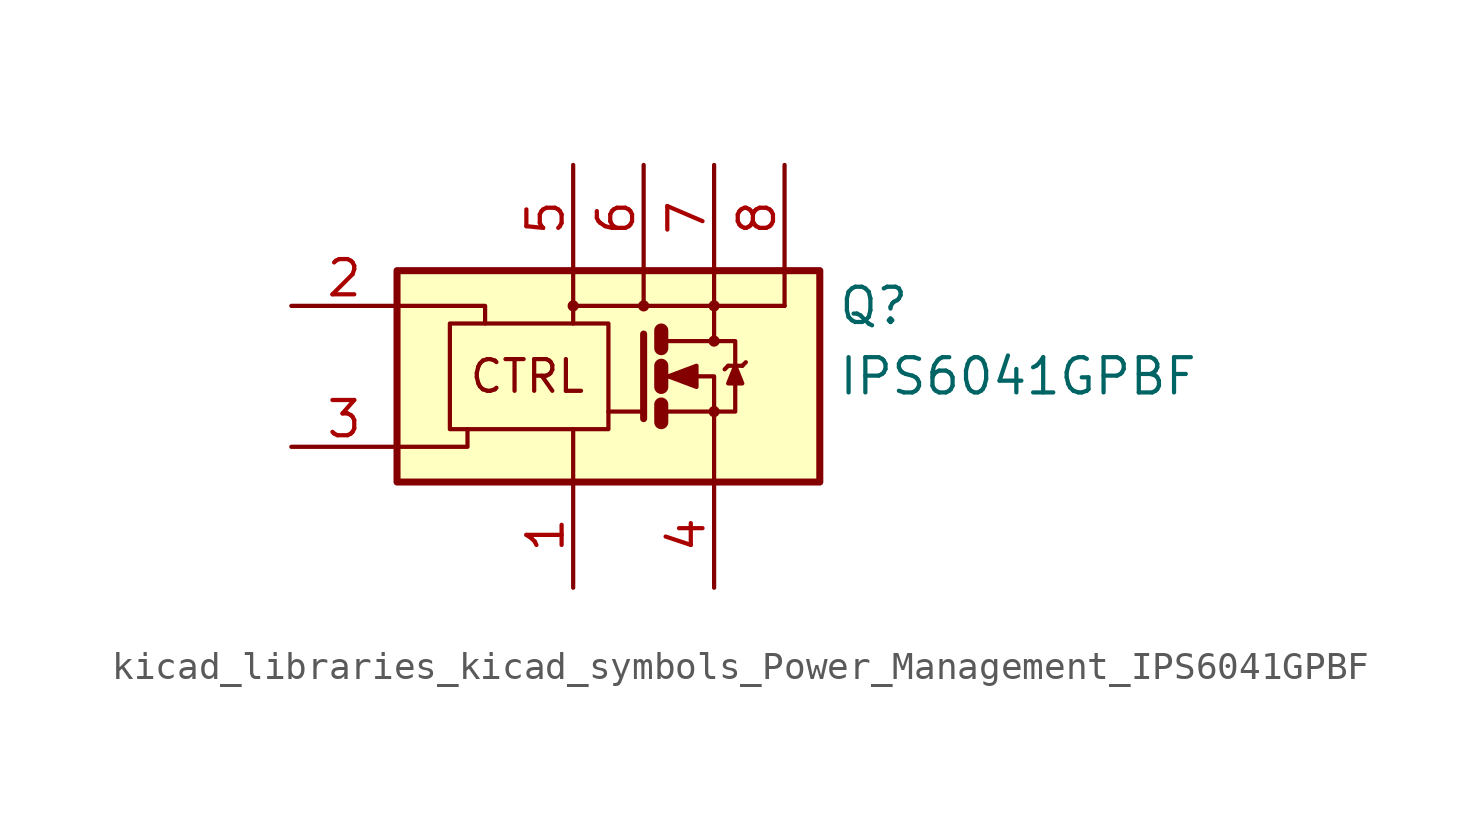
<source format=kicad_sym>
(kicad_symbol_lib
  (version 20220914)
  (generator kicad_symbol_editor)
  (symbol "kicad_libraries_kicad_symbols_Power_Management_IPS6041GPBF"
    (pin_names
      (offset 0) hide)
    (property "Reference" "Q"
      (at 9.525 2.54 0)
      (effects (font (size 1.27 1.27)) (justify left)))
    (property "Value" "IPS6041GPBF"
      (at 9.525 0 0)
      (effects (font (size 1.27 1.27)) (justify left)))
    (symbol "kicad_libraries_kicad_symbols_Power_Management_IPS6041GPBF_0_0"
      (rectangle (start -6.35 3.81) (end 8.89 -3.81) (stroke (width 0.254) (type default)) (fill (type background)))
      (polyline (pts (xy 0 -3.81) (xy 0 -1.905)) (stroke (width 0) (type default)) (fill (type none)))
      (polyline (pts (xy 0 2.54) (xy 0 3.81)) (stroke (width 0) (type default)) (fill (type none)))
      (polyline (pts (xy 2.54 2.54) (xy 2.54 3.81)) (stroke (width 0) (type default)) (fill (type none)))
      (polyline (pts (xy -6.35 -2.54) (xy -3.81 -2.54) (xy -3.81 -1.905)) (stroke (width 0) (type default)) (fill (type none)))
      (polyline (pts (xy -6.35 2.54) (xy -3.175 2.54) (xy -3.175 1.905)) (stroke (width 0) (type default)) (fill (type none)))
      (polyline (pts (xy 0 1.905) (xy 0 2.54) (xy 5.08 2.54)) (stroke (width 0) (type default)) (fill (type none)))
      (circle (center 0 2.54) (radius 0.127) (stroke (width 0) (type default)) (fill (type none)))
      (circle (center 2.54 2.54) (radius 0.127) (stroke (width 0) (type default)) (fill (type none)))
      (circle (center 5.08 2.54) (radius 0.127) (stroke (width 0) (type default)) (fill (type none)))
      (text "CTRL" (at -1.651 0 0) (effects (font (size 1.143 1.143)))))
    (symbol "kicad_libraries_kicad_symbols_Power_Management_IPS6041GPBF_0_1"
      (rectangle (start -4.445 1.905) (end 1.27 -1.905) (stroke (width 0) (type default)) (fill (type none)))
      (polyline (pts (xy 2.54 -1.27) (xy 1.27 -1.27)) (stroke (width 0) (type default)) (fill (type none)))
      (polyline (pts (xy 3.175 -1.016) (xy 3.175 -1.651)) (stroke (width 0.508) (type default)) (fill (type none)))
      (polyline (pts (xy 3.175 0.381) (xy 3.175 -0.381)) (stroke (width 0.508) (type default)) (fill (type none)))
      (polyline (pts (xy 3.175 1.651) (xy 3.175 1.016)) (stroke (width 0.508) (type default)) (fill (type none)))
      (polyline (pts (xy 3.302 -1.27) (xy 5.08 -1.27)) (stroke (width 0) (type default)) (fill (type none)))
      (polyline (pts (xy 3.302 1.27) (xy 5.08 1.27)) (stroke (width 0) (type default)) (fill (type none)))
      (polyline (pts (xy 5.08 1.27) (xy 5.08 3.81)) (stroke (width 0) (type default)) (fill (type none)))
      (polyline (pts (xy 5.08 2.54) (xy 7.62 2.54)) (stroke (width 0) (type default)) (fill (type none)))
      (polyline (pts (xy 5.588 0.381) (xy 5.461 0.254)) (stroke (width 0) (type default)) (fill (type none)))
      (polyline (pts (xy 5.588 0.381) (xy 6.096 0.381)) (stroke (width 0) (type default)) (fill (type none)))
      (polyline (pts (xy 6.096 0.381) (xy 6.223 0.508)) (stroke (width 0) (type default)) (fill (type none)))
      (polyline (pts (xy 7.62 3.81) (xy 7.62 2.54)) (stroke (width 0) (type default)) (fill (type none)))
      (polyline (pts (xy 2.54 1.524) (xy 2.54 -1.524) (xy 2.54 -1.524)) (stroke (width 0.254) (type default)) (fill (type none)))
      (polyline (pts (xy 3.302 0) (xy 5.08 0) (xy 5.08 -3.81)) (stroke (width 0) (type default)) (fill (type none)))
      (polyline (pts (xy 5.08 -1.27) (xy 5.842 -1.27) (xy 5.842 1.27) (xy 5.08 1.27)) (stroke (width 0) (type default)) (fill (type none)))
      (polyline (pts (xy 5.842 0.381) (xy 5.588 -0.254) (xy 6.096 -0.254) (xy 5.842 0.381)) (stroke (width 0) (type default)) (fill (type outline)))
      (polyline (pts (xy 3.429 0) (xy 4.445 0.381) (xy 4.445 -0.381) (xy 3.429 0) (xy 3.556 0) (xy 3.556 0)) (stroke (width 0) (type default)) (fill (type outline)))
      (circle (center 5.08 -1.27) (radius 0.127) (stroke (width 0) (type default)) (fill (type none)))
      (circle (center 5.08 1.27) (radius 0.127) (stroke (width 0) (type default)) (fill (type none))))
    (symbol "kicad_libraries_kicad_symbols_Power_Management_IPS6041GPBF_1_1"
      (pin power_in line (at 0 -7.62 90) (length 3.81) (name "GND" (effects (font (size 1.27 1.27)))) (number "1" (effects (font (size 1.27 1.27)))))
      (pin input line (at -10.16 2.54 0) (length 3.81) (name "IN" (effects (font (size 1.27 1.27)))) (number "2" (effects (font (size 1.27 1.27)))))
      (pin bidirectional line (at -10.16 -2.54 0) (length 3.81) (name "DG" (effects (font (size 1.27 1.27)))) (number "3" (effects (font (size 1.27 1.27)))))
      (pin output line (at 5.08 -7.62 90) (length 3.81) (name "OUT" (effects (font (size 1.27 1.27)))) (number "4" (effects (font (size 1.27 1.27)))))
      (pin power_in line (at 0 7.62 270) (length 3.81) (name "VCC" (effects (font (size 1.27 1.27)))) (number "5" (effects (font (size 1.27 1.27)))))
      (pin power_in line (at 2.54 7.62 270) (length 3.81) (name "~" (effects (font (size 1.27 1.27)))) (number "6" (effects (font (size 1.27 1.27)))))
      (pin power_in line (at 5.08 7.62 270) (length 3.81) (name "~" (effects (font (size 1.27 1.27)))) (number "7" (effects (font (size 1.27 1.27)))))
      (pin power_in line (at 7.62 7.62 270) (length 3.81) (name "~" (effects (font (size 1.27 1.27)))) (number "8" (effects (font (size 1.27 1.27))))))))
</source>
